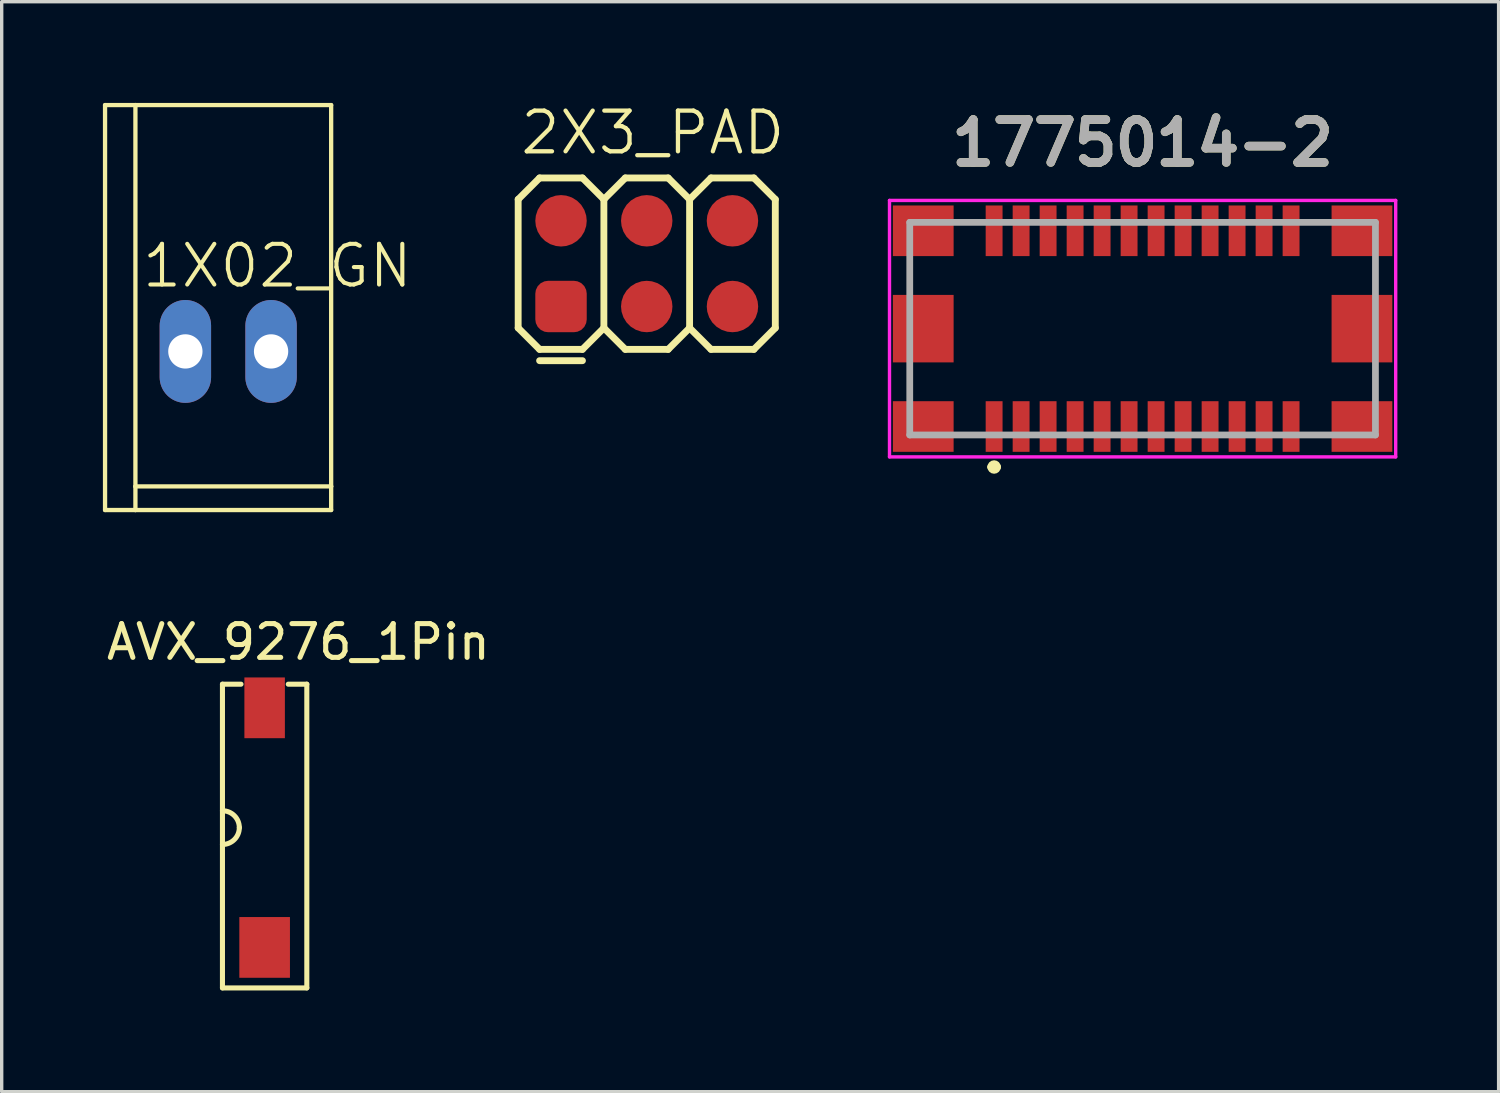
<source format=kicad_pcb>
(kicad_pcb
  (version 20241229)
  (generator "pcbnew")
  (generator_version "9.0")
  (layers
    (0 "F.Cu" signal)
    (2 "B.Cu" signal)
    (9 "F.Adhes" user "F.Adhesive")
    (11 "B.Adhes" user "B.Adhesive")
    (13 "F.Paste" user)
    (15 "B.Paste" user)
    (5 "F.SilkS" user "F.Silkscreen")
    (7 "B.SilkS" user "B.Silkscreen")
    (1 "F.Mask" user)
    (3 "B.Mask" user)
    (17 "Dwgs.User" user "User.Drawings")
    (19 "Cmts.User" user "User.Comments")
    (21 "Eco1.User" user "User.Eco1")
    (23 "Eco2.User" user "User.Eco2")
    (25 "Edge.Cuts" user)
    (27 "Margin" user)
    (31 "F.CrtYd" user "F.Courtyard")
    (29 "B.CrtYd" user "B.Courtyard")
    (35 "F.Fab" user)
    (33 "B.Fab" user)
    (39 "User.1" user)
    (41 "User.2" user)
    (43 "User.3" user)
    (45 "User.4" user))
  (footprint "AVX_9276_1Pin"
    (layer "F.Cu")
    (at 4.792 21.475)
    (property "Reference" "AVX_9276_1Pin" (at 1 -5.5 0) (layer "F.SilkS") (effects (font (size 1 1) (thickness 0.15))))
    (attr through_hole)
    (fp_line (start -1.25 -4.25) (end -1.25 4.75) (stroke (width 0.15) (type solid)) (layer "F.SilkS"))
    (fp_line (start -1.25 -4.25) (end -0.7 -4.25) (stroke (width 0.15) (type solid)) (layer "F.SilkS"))
    (fp_line (start -1.25 4.75) (end 1.25 4.75) (stroke (width 0.15) (type solid)) (layer "F.SilkS"))
    (fp_line (start 1.25 -4.25) (end 0.7 -4.25) (stroke (width 0.15) (type solid)) (layer "F.SilkS"))
    (fp_line (start 1.25 4.75) (end 1.25 -4.25) (stroke (width 0.15) (type solid)) (layer "F.SilkS"))
    (fp_arc (start -1.25 -0.5) (mid -0.896447 -0.353553) (end -0.75 0) (stroke (width 0.15) (type solid)) (layer "F.SilkS"))
    (fp_arc (start -0.75 0) (mid -0.896447 0.353553) (end -1.25 0.5) (stroke (width 0.15) (type solid)) (layer "F.SilkS"))
    (pad "1" smd rect (at 0 -3.55) (size 1.2 1.8) (layers "F.Cu" "F.Mask" "F.Paste"))
    (pad "1" smd rect (at 0 3.55) (size 1.5 1.8) (layers "F.Cu" "F.Mask" "F.Paste")))
  (footprint "2X3_PAD"
    (layer "F.Cu")
    (at 16.115 4.763)
    (property "Reference" "2X3_PAD" (at -3.81 -3.175 0) (layer "F.SilkS") (effects (font (size 1.206 1.206) (thickness 0.127)) (justify left bottom)))
    (attr through_hole)
    (fp_line (start -3.81 -1.905) (end -3.175 -2.54) (stroke (width 0.203) (type solid)) (layer "F.SilkS"))
    (fp_line (start -3.81 1.905) (end -3.81 -1.905) (stroke (width 0.203) (type solid)) (layer "F.SilkS"))
    (fp_line (start -3.81 1.905) (end -3.175 2.54) (stroke (width 0.203) (type solid)) (layer "F.SilkS"))
    (fp_line (start -3.175 -2.54) (end -1.905 -2.54) (stroke (width 0.203) (type solid)) (layer "F.SilkS"))
    (fp_line (start -3.175 2.54) (end -1.905 2.54) (stroke (width 0.203) (type solid)) (layer "F.SilkS"))
    (fp_line (start -1.905 -2.54) (end -1.27 -1.905) (stroke (width 0.203) (type solid)) (layer "F.SilkS"))
    (fp_line (start -1.905 2.54) (end -1.27 1.905) (stroke (width 0.203) (type solid)) (layer "F.SilkS"))
    (fp_line (start -1.905 2.875) (end -3.175 2.875) (stroke (width 0.203) (type solid)) (layer "F.SilkS"))
    (fp_line (start -1.27 -1.905) (end -1.27 1.905) (stroke (width 0.203) (type solid)) (layer "F.SilkS"))
    (fp_line (start -1.27 -1.905) (end -0.635 -2.54) (stroke (width 0.203) (type solid)) (layer "F.SilkS"))
    (fp_line (start -1.27 1.905) (end -0.635 2.54) (stroke (width 0.203) (type solid)) (layer "F.SilkS"))
    (fp_line (start -0.635 -2.54) (end 0.635 -2.54) (stroke (width 0.203) (type solid)) (layer "F.SilkS"))
    (fp_line (start -0.635 2.54) (end 0.635 2.54) (stroke (width 0.203) (type solid)) (layer "F.SilkS"))
    (fp_line (start 0.635 -2.54) (end 1.27 -1.905) (stroke (width 0.203) (type solid)) (layer "F.SilkS"))
    (fp_line (start 0.635 2.54) (end 1.27 1.905) (stroke (width 0.203) (type solid)) (layer "F.SilkS"))
    (fp_line (start 1.27 -1.905) (end 1.27 1.905) (stroke (width 0.203) (type solid)) (layer "F.SilkS"))
    (fp_line (start 1.27 -1.905) (end 1.905 -2.54) (stroke (width 0.203) (type solid)) (layer "F.SilkS"))
    (fp_line (start 1.27 1.905) (end 1.905 2.54) (stroke (width 0.203) (type solid)) (layer "F.SilkS"))
    (fp_line (start 1.905 -2.54) (end 3.175 -2.54) (stroke (width 0.203) (type solid)) (layer "F.SilkS"))
    (fp_line (start 1.905 2.54) (end 3.175 2.54) (stroke (width 0.203) (type solid)) (layer "F.SilkS"))
    (fp_line (start 3.175 -2.54) (end 3.81 -1.905) (stroke (width 0.203) (type solid)) (layer "F.SilkS"))
    (fp_line (start 3.175 2.54) (end 3.81 1.905) (stroke (width 0.203) (type solid)) (layer "F.SilkS"))
    (fp_line (start 3.81 -1.905) (end 3.81 1.905) (stroke (width 0.203) (type solid)) (layer "F.SilkS"))
    (pad "1" smd roundrect (at -2.54 1.27 180) (size 1.524 1.524) (layers "F.Cu" "F.Mask" "F.Paste") (roundrect_rratio 0.25))
    (pad "2" smd roundrect (at -2.54 -1.27 180) (size 1.524 1.524) (layers "F.Cu" "F.Mask" "F.Paste") (roundrect_rratio 0.5))
    (pad "3" smd roundrect (at 0 1.27 180) (size 1.524 1.524) (layers "F.Cu" "F.Mask" "F.Paste") (roundrect_rratio 0.5))
    (pad "4" smd roundrect (at 0 -1.27 180) (size 1.524 1.524) (layers "F.Cu" "F.Mask" "F.Paste") (roundrect_rratio 0.5))
    (pad "5" smd roundrect (at 2.54 1.27 180) (size 1.524 1.524) (layers "F.Cu" "F.Mask" "F.Paste") (roundrect_rratio 0.5))
    (pad "6" smd roundrect (at 2.54 -1.27 180) (size 1.524 1.524) (layers "F.Cu" "F.Mask" "F.Paste") (roundrect_rratio 0.5)))
  (footprint "1775014-2"
    (layer "F.Cu")
    (at 30.809 6.689)
    (property "Reference" "1775014-2" (at 0 -5.5 0) (layer "F.SilkS") (effects (font (size 1.27 1.27) (thickness 0.254))))
    (attr through_hole)
    (fp_line (start -4.5 4.1) (end -4.5 4.1) (stroke (width 0.2) (type solid)) (layer "F.SilkS"))
    (fp_line (start -4.3 4.1) (end -4.3 4.1) (stroke (width 0.2) (type solid)) (layer "F.SilkS"))
    (fp_arc (start -4.5 4.1) (mid -4.4 4) (end -4.3 4.1) (stroke (width 0.2) (type solid)) (layer "F.SilkS"))
    (fp_arc (start -4.3 4.1) (mid -4.4 4.2) (end -4.5 4.1) (stroke (width 0.2) (type solid)) (layer "F.SilkS"))
    (fp_line (start -7.5 -3.8) (end -7.5 3.8) (stroke (width 0.1) (type solid)) (layer "F.CrtYd"))
    (fp_line (start -7.5 3.8) (end 7.5 3.8) (stroke (width 0.1) (type solid)) (layer "F.CrtYd"))
    (fp_line (start 7.5 -3.8) (end -7.5 -3.8) (stroke (width 0.1) (type solid)) (layer "F.CrtYd"))
    (fp_line (start 7.5 3.8) (end 7.5 -3.8) (stroke (width 0.1) (type solid)) (layer "F.CrtYd"))
    (fp_line (start -6.9 -3.15) (end 6.9 -3.15) (stroke (width 0.2) (type solid)) (layer "F.Fab"))
    (fp_line (start -6.9 3.15) (end -6.9 -3.15) (stroke (width 0.2) (type solid)) (layer "F.Fab"))
    (fp_line (start 6.9 -3.15) (end 6.9 3.15) (stroke (width 0.2) (type solid)) (layer "F.Fab"))
    (fp_line (start 6.9 3.15) (end -6.9 3.15) (stroke (width 0.2) (type solid)) (layer "F.Fab"))
    (fp_text user "${REFERENCE}" (at 0 -5.5 0) (layer "F.Fab") (effects (font (size 1.27 1.27) (thickness 0.254))))
    (pad "" np_thru_hole circle (at -6.4 1.7) (size 0.001 0.001) (drill 0.85) (layers "*.Cu" "*.Mask"))
    (pad "" np_thru_hole circle (at 6.4 1.7) (size 0.001 0.001) (drill 0.85) (layers "*.Cu" "*.Mask"))
    (pad "1" smd rect (at -4.4 2.9) (size 0.5 1.5) (layers "F.Cu" "F.Paste"))
    (pad "2" smd rect (at -4.4 -2.9) (size 0.5 1.5) (layers "F.Cu" "F.Paste"))
    (pad "3" smd rect (at -3.6 2.9) (size 0.5 1.5) (layers "F.Cu" "F.Paste"))
    (pad "4" smd rect (at -3.6 -2.9) (size 0.5 1.5) (layers "F.Cu" "F.Paste"))
    (pad "5" smd rect (at -2.8 2.9) (size 0.5 1.5) (layers "F.Cu" "F.Paste"))
    (pad "6" smd rect (at -2.8 -2.9) (size 0.5 1.5) (layers "F.Cu" "F.Paste"))
    (pad "7" smd rect (at -2 2.9) (size 0.5 1.5) (layers "F.Cu" "F.Paste"))
    (pad "8" smd rect (at -2 -2.9) (size 0.5 1.5) (layers "F.Cu" "F.Paste"))
    (pad "9" smd rect (at -1.2 2.9) (size 0.5 1.5) (layers "F.Cu" "F.Paste"))
    (pad "10" smd rect (at -1.2 -2.9) (size 0.5 1.5) (layers "F.Cu" "F.Paste"))
    (pad "11" smd rect (at -0.4 2.9) (size 0.5 1.5) (layers "F.Cu" "F.Paste"))
    (pad "12" smd rect (at -0.4 -2.9) (size 0.5 1.5) (layers "F.Cu" "F.Paste"))
    (pad "13" smd rect (at 0.4 2.9) (size 0.5 1.5) (layers "F.Cu" "F.Paste"))
    (pad "14" smd rect (at 0.4 -2.9) (size 0.5 1.5) (layers "F.Cu" "F.Paste"))
    (pad "15" smd rect (at 1.2 2.9) (size 0.5 1.5) (layers "F.Cu" "F.Paste"))
    (pad "16" smd rect (at 1.2 -2.9) (size 0.5 1.5) (layers "F.Cu" "F.Paste"))
    (pad "17" smd rect (at 2 2.9) (size 0.5 1.5) (layers "F.Cu" "F.Paste"))
    (pad "18" smd rect (at 2 -2.9) (size 0.5 1.5) (layers "F.Cu" "F.Paste"))
    (pad "19" smd rect (at 2.8 2.9) (size 0.5 1.5) (layers "F.Cu" "F.Paste"))
    (pad "20" smd rect (at 2.8 -2.9) (size 0.5 1.5) (layers "F.Cu" "F.Paste"))
    (pad "21" smd rect (at 3.6 2.9) (size 0.5 1.5) (layers "F.Cu" "F.Paste"))
    (pad "22" smd rect (at 3.6 -2.9) (size 0.5 1.5) (layers "F.Cu" "F.Paste"))
    (pad "23" smd rect (at 4.4 2.9) (size 0.5 1.5) (layers "F.Cu" "F.Paste"))
    (pad "24" smd rect (at 4.4 -2.9) (size 0.5 1.5) (layers "F.Cu" "F.Paste"))
    (pad "MNT" smd rect (at -6.5 -2.9 90) (size 1.5 1.8) (layers "F.Cu" "F.Paste"))
    (pad "MNT" smd rect (at -6.5 0) (size 1.8 2) (layers "F.Cu" "F.Paste"))
    (pad "MNT" smd rect (at -6.5 2.9 90) (size 1.5 1.8) (layers "F.Cu" "F.Paste"))
    (pad "MNT" smd rect (at 6.5 -2.9 90) (size 1.5 1.8) (layers "F.Cu" "F.Paste"))
    (pad "MNT" smd rect (at 6.5 0) (size 1.8 2) (layers "F.Cu" "F.Paste"))
    (pad "MNT" smd rect (at 6.5 2.9 90) (size 1.5 1.8) (layers "F.Cu" "F.Paste")))
  (footprint "1X02_GN"
    (layer "F.Cu")
    (at 3.713 7.364)
    (property "Reference" "1X02_GN" (at -2.616 -1.829 0) (layer "F.SilkS") (effects (font (size 1.206 1.206) (thickness 0.121)) (justify left bottom)))
    (attr through_hole)
    (fp_line (start -3.65 -7.3) (end -3.65 4.7) (stroke (width 0.127) (type solid)) (layer "F.SilkS"))
    (fp_line (start -3.65 4.7) (end -2.75 4.7) (stroke (width 0.127) (type solid)) (layer "F.SilkS"))
    (fp_line (start -2.75 -7.3) (end -3.65 -7.3) (stroke (width 0.127) (type solid)) (layer "F.SilkS"))
    (fp_line (start -2.75 -7.3) (end -2.75 4) (stroke (width 0.127) (type solid)) (layer "F.SilkS"))
    (fp_line (start -2.75 4) (end -2.75 4.7) (stroke (width 0.127) (type solid)) (layer "F.SilkS"))
    (fp_line (start -2.75 4) (end 3.05 4) (stroke (width 0.127) (type solid)) (layer "F.SilkS"))
    (fp_line (start -2.75 4.7) (end 3.05 4.7) (stroke (width 0.127) (type solid)) (layer "F.SilkS"))
    (fp_line (start 3.05 -7.3) (end -2.75 -7.3) (stroke (width 0.127) (type solid)) (layer "F.SilkS"))
    (fp_line (start 3.05 4) (end 3.05 -7.3) (stroke (width 0.127) (type solid)) (layer "F.SilkS"))
    (fp_line (start 3.05 4.7) (end 3.05 4) (stroke (width 0.127) (type solid)) (layer "F.SilkS"))
    (fp_poly (pts (xy -1.524 0.254) (xy -1.016 0.254) (xy -1.016 -0.254) (xy -1.524 -0.254)) (stroke (width 0.1) (type solid)) (fill no) (layer "F.Fab"))
    (fp_poly (pts (xy 1.016 0.254) (xy 1.524 0.254) (xy 1.524 -0.254) (xy 1.016 -0.254)) (stroke (width 0.1) (type solid)) (fill no) (layer "F.Fab"))
    (pad "1" thru_hole oval (at -1.27 0 90) (size 3.048 1.524) (drill 1.016) (layers "*.Cu" "*.Mask"))
    (pad "2" thru_hole oval (at 1.27 0 90) (size 3.048 1.524) (drill 1.016) (layers "*.Cu" "*.Mask")))
  (gr_rect
    (start -3 -3)
    (end 41.359 29.3)
    (stroke (width 0.1) (type default))
    (fill no)
    (layer "Edge.Cuts")))
</source>
